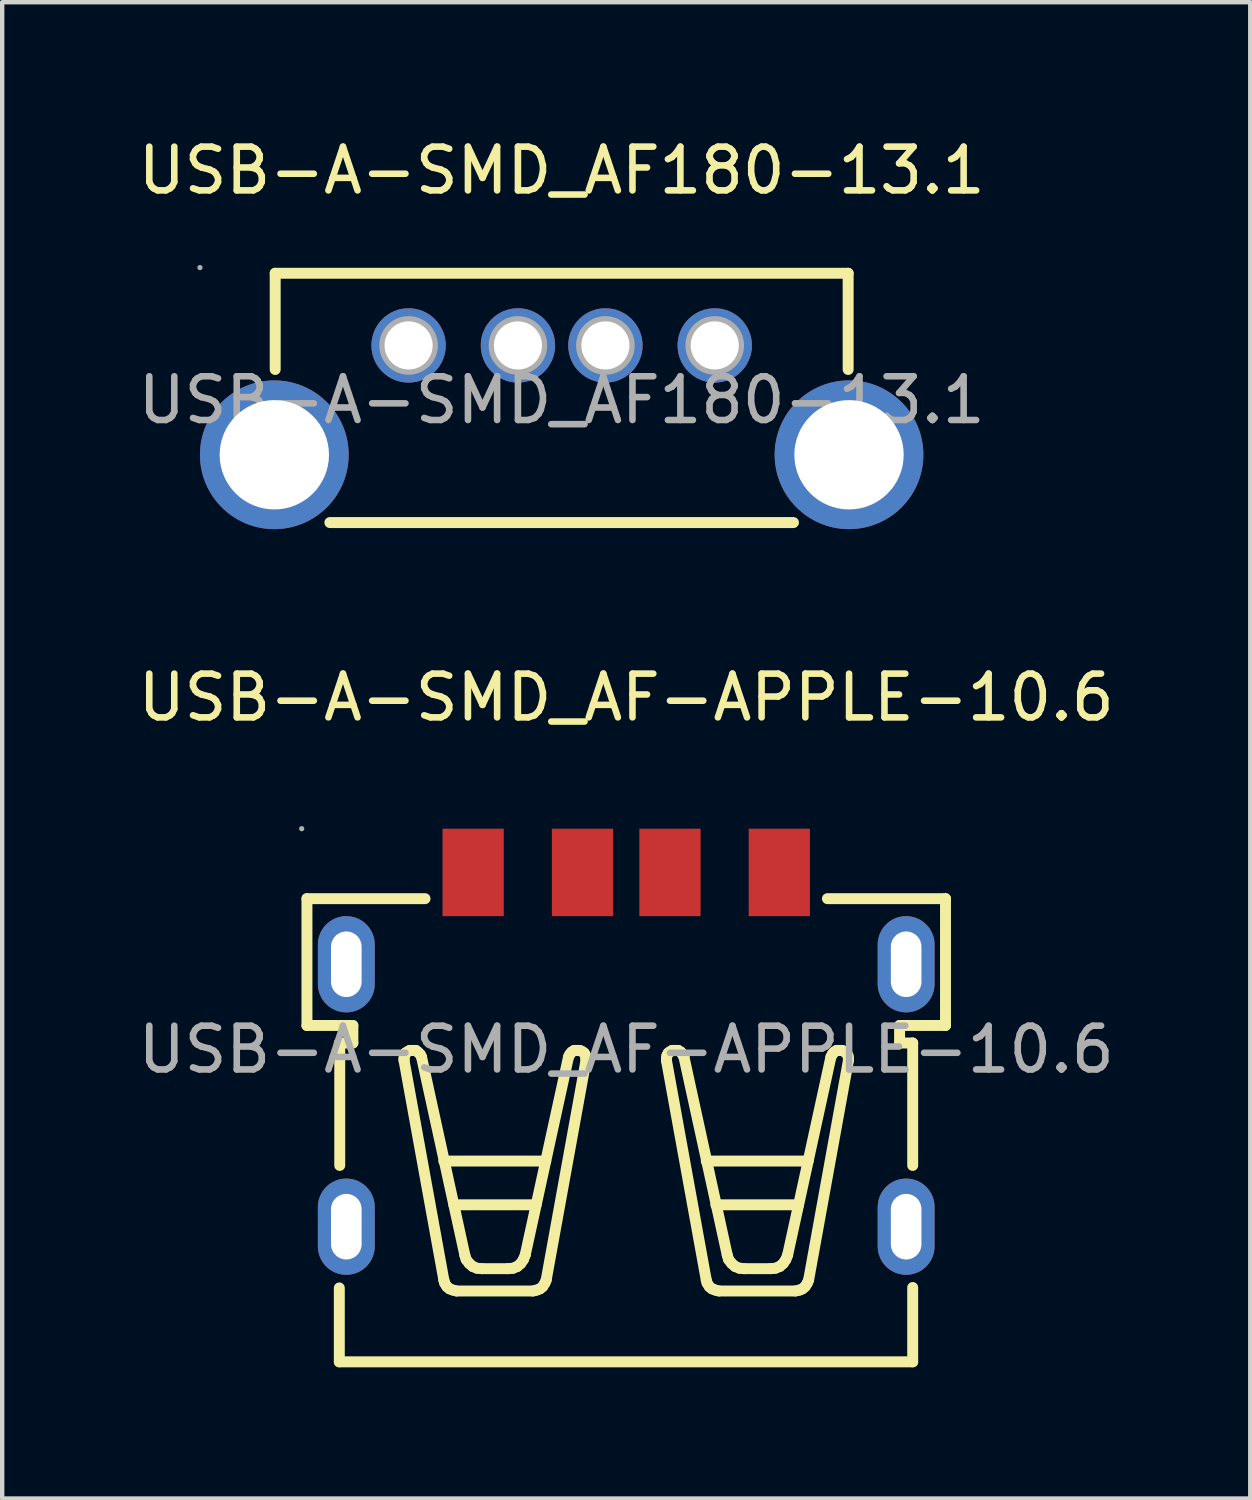
<source format=kicad_pcb>
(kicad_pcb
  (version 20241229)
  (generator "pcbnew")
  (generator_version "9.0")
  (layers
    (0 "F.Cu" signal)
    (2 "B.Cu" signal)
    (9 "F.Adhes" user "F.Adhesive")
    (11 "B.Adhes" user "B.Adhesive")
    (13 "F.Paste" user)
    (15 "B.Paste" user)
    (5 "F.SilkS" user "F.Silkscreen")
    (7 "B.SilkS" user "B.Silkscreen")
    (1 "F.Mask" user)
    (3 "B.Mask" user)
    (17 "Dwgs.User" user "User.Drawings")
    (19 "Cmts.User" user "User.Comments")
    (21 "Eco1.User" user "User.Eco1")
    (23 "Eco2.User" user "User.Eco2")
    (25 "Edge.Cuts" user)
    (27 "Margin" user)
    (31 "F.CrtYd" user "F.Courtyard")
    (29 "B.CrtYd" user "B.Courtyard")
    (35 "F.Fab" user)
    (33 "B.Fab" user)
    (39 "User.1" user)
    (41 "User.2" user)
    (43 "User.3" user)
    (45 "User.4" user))
  (footprint "USB-A-SMD_AF180-13.1"
    (layer "F.Cu")
    (at 9.792 6.098)
    (property "Reference" "USB-A-SMD_AF180-13.1" (at 0 -5.25 0) (layer "F.SilkS") (effects (font (size 1 1) (thickness 0.15))))
    (attr through_hole)
    (fp_line (start -6.55 -2.9) (end -6.55 -0.7) (stroke (width 0.25) (type solid)) (layer "F.SilkS"))
    (fp_line (start -6.55 -2.9) (end 6.55 -2.9) (stroke (width 0.25) (type solid)) (layer "F.SilkS"))
    (fp_line (start -5.3 2.8) (end 5.3 2.8) (stroke (width 0.25) (type solid)) (layer "F.SilkS"))
    (fp_line (start 6.55 -2.9) (end 6.55 -0.7) (stroke (width 0.25) (type solid)) (layer "F.SilkS"))
    (fp_circle (center -8.27 -3.03) (end -8.24 -3.03) (stroke (width 0.06) (type solid)) (fill no) (layer "F.Fab"))
    (fp_circle (center -6.57 1.25) (end -5.99 1.25) (stroke (width 1.15) (type solid)) (fill no) (layer "F.Fab"))
    (fp_circle (center -3.5 -1.25) (end -3.28 -1.25) (stroke (width 0.45) (type solid)) (fill no) (layer "F.Fab"))
    (fp_circle (center -1 -1.25) (end -0.78 -1.25) (stroke (width 0.45) (type solid)) (fill no) (layer "F.Fab"))
    (fp_circle (center 1 -1.25) (end 1.22 -1.25) (stroke (width 0.45) (type solid)) (fill no) (layer "F.Fab"))
    (fp_circle (center 3.5 -1.25) (end 3.72 -1.25) (stroke (width 0.45) (type solid)) (fill no) (layer "F.Fab"))
    (fp_circle (center 6.57 1.25) (end 7.15 1.25) (stroke (width 1.15) (type solid)) (fill no) (layer "F.Fab"))
    (fp_text user "${REFERENCE}" (at 0 0 0) (layer "F.Fab") (effects (font (size 1 1) (thickness 0.15))))
    (pad "1" thru_hole circle (at -3.5 -1.25 180) (size 1.7 1.7) (drill 1.1) (layers "*.Cu" "*.Paste" "*.Mask"))
    (pad "2" thru_hole circle (at -1 -1.25 180) (size 1.7 1.7) (drill 1.1) (layers "*.Cu" "*.Paste" "*.Mask"))
    (pad "3" thru_hole circle (at 1 -1.25 180) (size 1.7 1.7) (drill 1.1) (layers "*.Cu" "*.Paste" "*.Mask"))
    (pad "4" thru_hole circle (at 3.5 -1.25 180) (size 1.7 1.7) (drill 1.1) (layers "*.Cu" "*.Paste" "*.Mask"))
    (pad "MH1" thru_hole circle (at -6.57 1.25 270) (size 3.4 3.4) (drill 2.5) (layers "*.Cu" "*.Paste" "*.Mask"))
    (pad "MH2" thru_hole circle (at 6.57 1.25 90) (size 3.4 3.4) (drill 2.5) (layers "*.Cu" "*.Paste" "*.Mask")))
  (footprint "USB-A-SMD_AF-APPLE-10.6"
    (layer "F.Cu")
    (at 11.268 20.947)
    (property "Reference" "USB-A-SMD_AF-APPLE-10.6" (at 0 -8.05 0) (layer "F.SilkS") (effects (font (size 1 1) (thickness 0.15))))
    (attr through_hole)
    (fp_line (start -7.3 -3.45) (end -7.3 -0.55) (stroke (width 0.25) (type solid)) (layer "F.SilkS"))
    (fp_line (start -7.3 -3.45) (end -4.6 -3.45) (stroke (width 0.25) (type solid)) (layer "F.SilkS"))
    (fp_line (start -7.3 -0.55) (end -6.25 -0.55) (stroke (width 0.25) (type solid)) (layer "F.SilkS"))
    (fp_line (start -6.56 5.45) (end -6.56 7.14) (stroke (width 0.25) (type solid)) (layer "F.SilkS"))
    (fp_line (start -6.56 7.14) (end 6.55 7.14) (stroke (width 0.25) (type solid)) (layer "F.SilkS"))
    (fp_line (start -6.55 -0.15) (end -6.55 2.65) (stroke (width 0.25) (type solid)) (layer "F.SilkS"))
    (fp_line (start -6.25 -0.55) (end -6.25 -0.15) (stroke (width 0.25) (type solid)) (layer "F.SilkS"))
    (fp_line (start -6.25 -0.15) (end -6.56 -0.15) (stroke (width 0.25) (type solid)) (layer "F.SilkS"))
    (fp_line (start -5.08 0.2) (end -5.07 0.14) (stroke (width 0.25) (type solid)) (layer "F.SilkS"))
    (fp_line (start -5.08 0.25) (end -5.08 0.2) (stroke (width 0.25) (type solid)) (layer "F.SilkS"))
    (fp_line (start -5.08 0.25) (end -4.17 5.27) (stroke (width 0.25) (type solid)) (layer "F.SilkS"))
    (fp_line (start -5.07 0.14) (end -5.05 0.08) (stroke (width 0.25) (type solid)) (layer "F.SilkS"))
    (fp_line (start -5.05 0.08) (end -5 0.05) (stroke (width 0.25) (type solid)) (layer "F.SilkS"))
    (fp_line (start -5 0.05) (end -4.95 0.02) (stroke (width 0.25) (type solid)) (layer "F.SilkS"))
    (fp_line (start -4.95 0.02) (end -4.89 0.02) (stroke (width 0.25) (type solid)) (layer "F.SilkS"))
    (fp_line (start -4.88 0.02) (end -4.89 0.02) (stroke (width 0.25) (type solid)) (layer "F.SilkS"))
    (fp_line (start -4.88 0.02) (end -4.81 0.02) (stroke (width 0.25) (type solid)) (layer "F.SilkS"))
    (fp_line (start -4.81 0.02) (end -4.76 0.06) (stroke (width 0.25) (type solid)) (layer "F.SilkS"))
    (fp_line (start -4.76 0.06) (end -4.71 0.11) (stroke (width 0.25) (type solid)) (layer "F.SilkS"))
    (fp_line (start -4.71 0.11) (end -4.68 0.17) (stroke (width 0.25) (type solid)) (layer "F.SilkS"))
    (fp_line (start -4.15 5.34) (end -4.17 5.27) (stroke (width 0.25) (type solid)) (layer "F.SilkS"))
    (fp_line (start -4.1 5.42) (end -4.15 5.34) (stroke (width 0.25) (type solid)) (layer "F.SilkS"))
    (fp_line (start -4.04 5.47) (end -4.1 5.42) (stroke (width 0.25) (type solid)) (layer "F.SilkS"))
    (fp_line (start -3.96 5.5) (end -4.04 5.47) (stroke (width 0.25) (type solid)) (layer "F.SilkS"))
    (fp_line (start -3.88 5.52) (end -3.96 5.5) (stroke (width 0.25) (type solid)) (layer "F.SilkS"))
    (fp_line (start -3.88 5.52) (end -2.13 5.52) (stroke (width 0.25) (type solid)) (layer "F.SilkS"))
    (fp_line (start -3.69 4.7) (end -4.68 0.17) (stroke (width 0.25) (type solid)) (layer "F.SilkS"))
    (fp_line (start -3.66 4.8) (end -3.69 4.7) (stroke (width 0.25) (type solid)) (layer "F.SilkS"))
    (fp_line (start -3.59 4.89) (end -3.66 4.8) (stroke (width 0.25) (type solid)) (layer "F.SilkS"))
    (fp_line (start -3.51 4.96) (end -3.59 4.89) (stroke (width 0.25) (type solid)) (layer "F.SilkS"))
    (fp_line (start -3.41 5) (end -3.51 4.96) (stroke (width 0.25) (type solid)) (layer "F.SilkS"))
    (fp_line (start -3.3 5.01) (end -3.41 5) (stroke (width 0.25) (type solid)) (layer "F.SilkS"))
    (fp_line (start -2.7 5.01) (end -3.3 5.01) (stroke (width 0.25) (type solid)) (layer "F.SilkS"))
    (fp_line (start -2.59 5) (end -2.7 5.01) (stroke (width 0.25) (type solid)) (layer "F.SilkS"))
    (fp_line (start -2.49 4.96) (end -2.59 5) (stroke (width 0.25) (type solid)) (layer "F.SilkS"))
    (fp_line (start -2.41 4.89) (end -2.49 4.96) (stroke (width 0.25) (type solid)) (layer "F.SilkS"))
    (fp_line (start -2.35 4.8) (end -2.41 4.89) (stroke (width 0.25) (type solid)) (layer "F.SilkS"))
    (fp_line (start -2.31 4.7) (end -2.35 4.8) (stroke (width 0.25) (type solid)) (layer "F.SilkS"))
    (fp_line (start -2.06 3.55) (end -3.94 3.55) (stroke (width 0.25) (type solid)) (layer "F.SilkS"))
    (fp_line (start -2.05 5.5) (end -2.13 5.52) (stroke (width 0.25) (type solid)) (layer "F.SilkS"))
    (fp_line (start -1.97 5.47) (end -2.05 5.5) (stroke (width 0.25) (type solid)) (layer "F.SilkS"))
    (fp_line (start -1.91 5.42) (end -1.97 5.47) (stroke (width 0.25) (type solid)) (layer "F.SilkS"))
    (fp_line (start -1.86 5.34) (end -1.91 5.42) (stroke (width 0.25) (type solid)) (layer "F.SilkS"))
    (fp_line (start -1.84 2.55) (end -4.17 2.55) (stroke (width 0.25) (type solid)) (layer "F.SilkS"))
    (fp_line (start -1.83 5.27) (end -1.86 5.34) (stroke (width 0.25) (type solid)) (layer "F.SilkS"))
    (fp_line (start -1.83 5.27) (end -0.92 0.25) (stroke (width 0.25) (type solid)) (layer "F.SilkS"))
    (fp_line (start -1.32 0.17) (end -2.31 4.7) (stroke (width 0.25) (type solid)) (layer "F.SilkS"))
    (fp_line (start -1.32 0.17) (end -1.29 0.11) (stroke (width 0.25) (type solid)) (layer "F.SilkS"))
    (fp_line (start -1.29 0.11) (end -1.25 0.06) (stroke (width 0.25) (type solid)) (layer "F.SilkS"))
    (fp_line (start -1.25 0.06) (end -1.19 0.02) (stroke (width 0.25) (type solid)) (layer "F.SilkS"))
    (fp_line (start -1.19 0.02) (end -1.13 0.02) (stroke (width 0.25) (type solid)) (layer "F.SilkS"))
    (fp_line (start -1.12 0.02) (end -1.13 0.02) (stroke (width 0.25) (type solid)) (layer "F.SilkS"))
    (fp_line (start -1.12 0.02) (end -1.06 0.02) (stroke (width 0.25) (type solid)) (layer "F.SilkS"))
    (fp_line (start -1.06 0.02) (end -1 0.05) (stroke (width 0.25) (type solid)) (layer "F.SilkS"))
    (fp_line (start -1 0.05) (end -0.96 0.08) (stroke (width 0.25) (type solid)) (layer "F.SilkS"))
    (fp_line (start -0.96 0.08) (end -0.93 0.14) (stroke (width 0.25) (type solid)) (layer "F.SilkS"))
    (fp_line (start -0.93 0.14) (end -0.92 0.2) (stroke (width 0.25) (type solid)) (layer "F.SilkS"))
    (fp_line (start -0.92 0.2) (end -0.92 0.25) (stroke (width 0.25) (type solid)) (layer "F.SilkS"))
    (fp_line (start 0.92 0.2) (end 0.93 0.14) (stroke (width 0.25) (type solid)) (layer "F.SilkS"))
    (fp_line (start 0.92 0.25) (end 0.92 0.2) (stroke (width 0.25) (type solid)) (layer "F.SilkS"))
    (fp_line (start 0.92 0.25) (end 1.83 5.27) (stroke (width 0.25) (type solid)) (layer "F.SilkS"))
    (fp_line (start 0.93 0.14) (end 0.96 0.08) (stroke (width 0.25) (type solid)) (layer "F.SilkS"))
    (fp_line (start 0.96 0.08) (end 1 0.05) (stroke (width 0.25) (type solid)) (layer "F.SilkS"))
    (fp_line (start 1 0.05) (end 1.05 0.02) (stroke (width 0.25) (type solid)) (layer "F.SilkS"))
    (fp_line (start 1.05 0.02) (end 1.11 0.02) (stroke (width 0.25) (type solid)) (layer "F.SilkS"))
    (fp_line (start 1.12 0.02) (end 1.11 0.02) (stroke (width 0.25) (type solid)) (layer "F.SilkS"))
    (fp_line (start 1.12 0.02) (end 1.19 0.02) (stroke (width 0.25) (type solid)) (layer "F.SilkS"))
    (fp_line (start 1.19 0.02) (end 1.25 0.06) (stroke (width 0.25) (type solid)) (layer "F.SilkS"))
    (fp_line (start 1.25 0.06) (end 1.29 0.11) (stroke (width 0.25) (type solid)) (layer "F.SilkS"))
    (fp_line (start 1.29 0.11) (end 1.32 0.17) (stroke (width 0.25) (type solid)) (layer "F.SilkS"))
    (fp_line (start 1.83 2.55) (end 4.16 2.55) (stroke (width 0.25) (type solid)) (layer "F.SilkS"))
    (fp_line (start 1.85 5.34) (end 1.83 5.27) (stroke (width 0.25) (type solid)) (layer "F.SilkS"))
    (fp_line (start 1.9 5.42) (end 1.85 5.34) (stroke (width 0.25) (type solid)) (layer "F.SilkS"))
    (fp_line (start 1.96 5.47) (end 1.9 5.42) (stroke (width 0.25) (type solid)) (layer "F.SilkS"))
    (fp_line (start 2.04 5.5) (end 1.96 5.47) (stroke (width 0.25) (type solid)) (layer "F.SilkS"))
    (fp_line (start 2.05 3.55) (end 3.94 3.55) (stroke (width 0.25) (type solid)) (layer "F.SilkS"))
    (fp_line (start 2.12 5.52) (end 2.04 5.5) (stroke (width 0.25) (type solid)) (layer "F.SilkS"))
    (fp_line (start 2.12 5.52) (end 3.87 5.52) (stroke (width 0.25) (type solid)) (layer "F.SilkS"))
    (fp_line (start 2.31 4.7) (end 1.32 0.17) (stroke (width 0.25) (type solid)) (layer "F.SilkS"))
    (fp_line (start 2.34 4.8) (end 2.31 4.7) (stroke (width 0.25) (type solid)) (layer "F.SilkS"))
    (fp_line (start 2.41 4.89) (end 2.34 4.8) (stroke (width 0.25) (type solid)) (layer "F.SilkS"))
    (fp_line (start 2.49 4.96) (end 2.41 4.89) (stroke (width 0.25) (type solid)) (layer "F.SilkS"))
    (fp_line (start 2.59 5) (end 2.49 4.96) (stroke (width 0.25) (type solid)) (layer "F.SilkS"))
    (fp_line (start 2.7 5.01) (end 2.59 5) (stroke (width 0.25) (type solid)) (layer "F.SilkS"))
    (fp_line (start 3.3 5.01) (end 2.7 5.01) (stroke (width 0.25) (type solid)) (layer "F.SilkS"))
    (fp_line (start 3.41 5) (end 3.3 5.01) (stroke (width 0.25) (type solid)) (layer "F.SilkS"))
    (fp_line (start 3.51 4.96) (end 3.41 5) (stroke (width 0.25) (type solid)) (layer "F.SilkS"))
    (fp_line (start 3.59 4.89) (end 3.51 4.96) (stroke (width 0.25) (type solid)) (layer "F.SilkS"))
    (fp_line (start 3.65 4.8) (end 3.59 4.89) (stroke (width 0.25) (type solid)) (layer "F.SilkS"))
    (fp_line (start 3.69 4.7) (end 3.65 4.8) (stroke (width 0.25) (type solid)) (layer "F.SilkS"))
    (fp_line (start 3.96 5.5) (end 3.87 5.52) (stroke (width 0.25) (type solid)) (layer "F.SilkS"))
    (fp_line (start 4.03 5.47) (end 3.96 5.5) (stroke (width 0.25) (type solid)) (layer "F.SilkS"))
    (fp_line (start 4.09 5.42) (end 4.03 5.47) (stroke (width 0.25) (type solid)) (layer "F.SilkS"))
    (fp_line (start 4.14 5.34) (end 4.09 5.42) (stroke (width 0.25) (type solid)) (layer "F.SilkS"))
    (fp_line (start 4.17 5.27) (end 4.14 5.34) (stroke (width 0.25) (type solid)) (layer "F.SilkS"))
    (fp_line (start 4.17 5.27) (end 5.08 0.25) (stroke (width 0.25) (type solid)) (layer "F.SilkS"))
    (fp_line (start 4.6 -3.45) (end 7.3 -3.45) (stroke (width 0.25) (type solid)) (layer "F.SilkS"))
    (fp_line (start 4.68 0.17) (end 3.69 4.7) (stroke (width 0.25) (type solid)) (layer "F.SilkS"))
    (fp_line (start 4.68 0.17) (end 4.71 0.11) (stroke (width 0.25) (type solid)) (layer "F.SilkS"))
    (fp_line (start 4.71 0.11) (end 4.75 0.06) (stroke (width 0.25) (type solid)) (layer "F.SilkS"))
    (fp_line (start 4.75 0.06) (end 4.81 0.02) (stroke (width 0.25) (type solid)) (layer "F.SilkS"))
    (fp_line (start 4.81 0.02) (end 4.87 0.02) (stroke (width 0.25) (type solid)) (layer "F.SilkS"))
    (fp_line (start 4.88 0.02) (end 4.87 0.02) (stroke (width 0.25) (type solid)) (layer "F.SilkS"))
    (fp_line (start 4.88 0.02) (end 4.94 0.02) (stroke (width 0.25) (type solid)) (layer "F.SilkS"))
    (fp_line (start 4.94 0.02) (end 4.99 0.05) (stroke (width 0.25) (type solid)) (layer "F.SilkS"))
    (fp_line (start 4.99 0.05) (end 5.04 0.08) (stroke (width 0.25) (type solid)) (layer "F.SilkS"))
    (fp_line (start 5.04 0.08) (end 5.07 0.14) (stroke (width 0.25) (type solid)) (layer "F.SilkS"))
    (fp_line (start 5.07 0.14) (end 5.08 0.2) (stroke (width 0.25) (type solid)) (layer "F.SilkS"))
    (fp_line (start 5.08 0.2) (end 5.08 0.25) (stroke (width 0.25) (type solid)) (layer "F.SilkS"))
    (fp_line (start 6.25 -0.55) (end 6.25 -0.15) (stroke (width 0.25) (type solid)) (layer "F.SilkS"))
    (fp_line (start 6.25 -0.55) (end 7.3 -0.55) (stroke (width 0.25) (type solid)) (layer "F.SilkS"))
    (fp_line (start 6.25 -0.15) (end 6.55 -0.15) (stroke (width 0.25) (type solid)) (layer "F.SilkS"))
    (fp_line (start 6.55 -0.15) (end 6.55 2.65) (stroke (width 0.25) (type solid)) (layer "F.SilkS"))
    (fp_line (start 6.55 5.44) (end 6.55 7.14) (stroke (width 0.25) (type solid)) (layer "F.SilkS"))
    (fp_line (start 7.3 -3.45) (end 7.3 -0.55) (stroke (width 0.25) (type solid)) (layer "F.SilkS"))
    (fp_circle (center -7.42 -5.05) (end -7.39 -5.05) (stroke (width 0.06) (type solid)) (fill no) (layer "F.Fab"))
    (fp_text user "${REFERENCE}" (at 0 0 0) (layer "F.Fab") (effects (font (size 1 1) (thickness 0.15))))
    (pad "1" smd rect (at -3.5 -4.05 180) (size 1.4 2) (layers "F.Cu" "F.Mask" "F.Paste"))
    (pad "2" smd rect (at -1 -4.05 180) (size 1.4 2) (layers "F.Cu" "F.Mask" "F.Paste"))
    (pad "3" smd rect (at 1 -4.05 180) (size 1.4 2) (layers "F.Cu" "F.Mask" "F.Paste"))
    (pad "4" smd rect (at 3.5 -4.05 180) (size 1.4 2) (layers "F.Cu" "F.Mask" "F.Paste"))
    (pad "SH1" thru_hole oval (at -6.4 -1.95 270) (size 2.2 1.3) (drill oval 1.5 0.7) (layers "*.Cu" "*.Paste" "*.Mask"))
    (pad "SH2" thru_hole oval (at -6.4 4.05 270) (size 2.2 1.3) (drill oval 1.5 0.7) (layers "*.Cu" "*.Paste" "*.Mask"))
    (pad "SH3" thru_hole oval (at 6.4 -1.95 90) (size 2.2 1.3) (drill oval 1.5 0.7) (layers "*.Cu" "*.Paste" "*.Mask"))
    (pad "SH4" thru_hole oval (at 6.4 4.05 90) (size 2.2 1.3) (drill oval 1.5 0.7) (layers "*.Cu" "*.Paste" "*.Mask")))
  (gr_rect
    (start -3 -3)
    (end 25.536 31.212)
    (stroke (width 0.1) (type default))
    (fill no)
    (layer "Edge.Cuts")))
</source>
